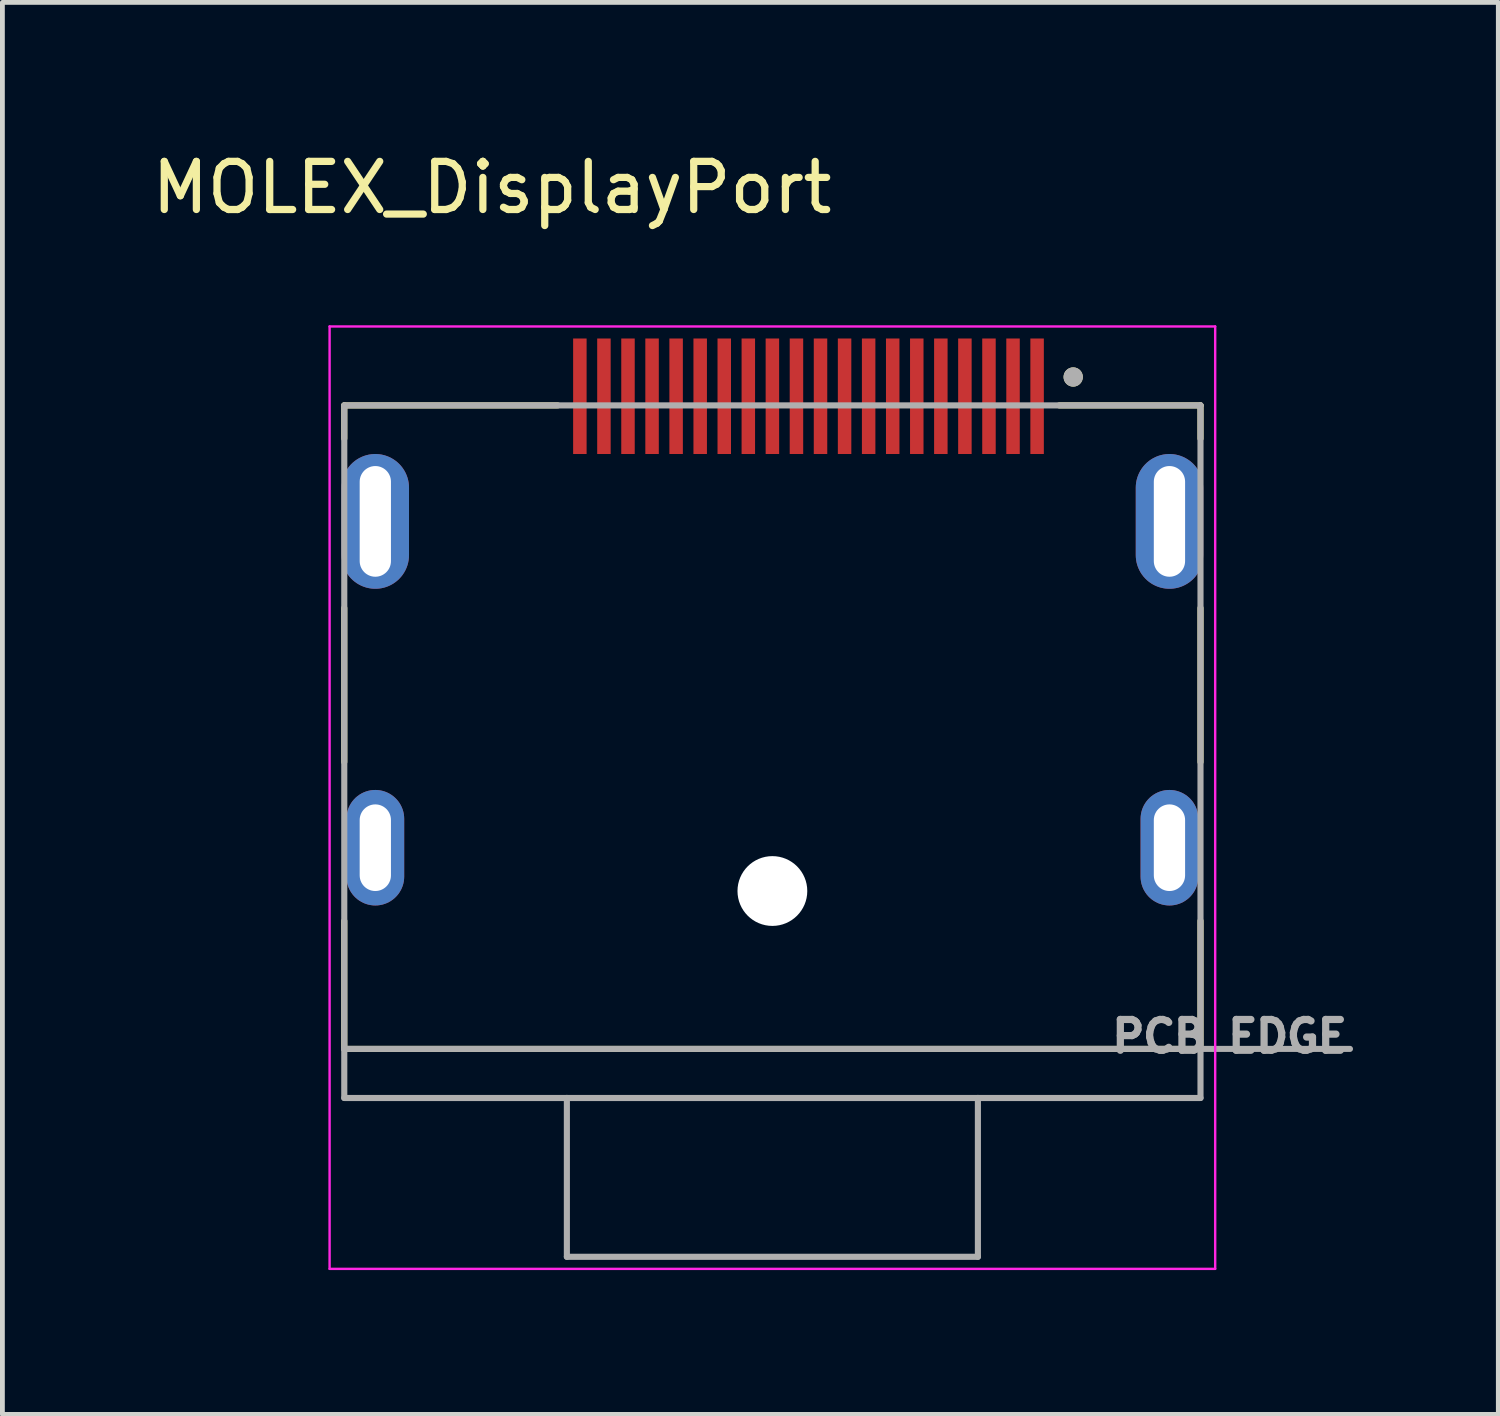
<source format=kicad_pcb>
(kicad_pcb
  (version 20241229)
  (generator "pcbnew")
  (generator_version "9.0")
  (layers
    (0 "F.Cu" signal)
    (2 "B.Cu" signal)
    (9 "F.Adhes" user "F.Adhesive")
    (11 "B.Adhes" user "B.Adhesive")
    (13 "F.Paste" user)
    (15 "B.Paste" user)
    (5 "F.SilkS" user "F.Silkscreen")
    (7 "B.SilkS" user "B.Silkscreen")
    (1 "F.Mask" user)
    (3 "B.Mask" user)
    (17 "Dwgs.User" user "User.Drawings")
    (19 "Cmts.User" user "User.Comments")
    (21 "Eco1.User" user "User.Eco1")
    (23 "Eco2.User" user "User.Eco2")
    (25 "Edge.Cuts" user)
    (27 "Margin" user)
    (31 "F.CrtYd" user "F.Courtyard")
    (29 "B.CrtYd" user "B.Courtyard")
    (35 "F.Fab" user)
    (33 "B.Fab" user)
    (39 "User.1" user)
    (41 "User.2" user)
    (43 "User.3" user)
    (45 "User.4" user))
  (footprint "MOLEX_DisplayPort"
    (layer "F.Cu")
    (at 12.998 7.783)
    (property "Reference" "MOLEX_DisplayPort" (at -5.825 -6.935 0) (layer "F.SilkS") (effects (font (size 1 1) (thickness 0.15))))
    (attr smd)
    (fp_line (start -8.895 -2.41) (end -8.895 -1.72) (stroke (width 0.127) (type solid)) (layer "F.SilkS"))
    (fp_line (start -8.895 1.8) (end -8.895 5) (stroke (width 0.127) (type solid)) (layer "F.SilkS"))
    (fp_line (start -8.895 8.3) (end -8.895 10.96) (stroke (width 0.127) (type solid)) (layer "F.SilkS"))
    (fp_line (start -8.895 10.96) (end 8.895 10.96) (stroke (width 0.127) (type solid)) (layer "F.SilkS"))
    (fp_line (start -4.46 -2.41) (end -8.895 -2.41) (stroke (width 0.127) (type solid)) (layer "F.SilkS"))
    (fp_line (start 5.96 -2.41) (end 8.895 -2.41) (stroke (width 0.127) (type solid)) (layer "F.SilkS"))
    (fp_line (start 8.895 -2.41) (end 8.895 -1.72) (stroke (width 0.127) (type solid)) (layer "F.SilkS"))
    (fp_line (start 8.895 1.8) (end 8.895 5) (stroke (width 0.127) (type solid)) (layer "F.SilkS"))
    (fp_line (start 8.895 10.96) (end 8.895 8.3) (stroke (width 0.127) (type solid)) (layer "F.SilkS"))
    (fp_circle (center 6.25 -3) (end 6.35 -3) (stroke (width 0.2) (type solid)) (fill no) (layer "F.SilkS"))
    (fp_line (start -9.2 -4.05) (end 9.2 -4.05) (stroke (width 0.05) (type solid)) (layer "F.CrtYd"))
    (fp_line (start -9.2 15.53) (end -9.2 -4.05) (stroke (width 0.05) (type solid)) (layer "F.CrtYd"))
    (fp_line (start 9.2 -4.05) (end 9.2 15.53) (stroke (width 0.05) (type solid)) (layer "F.CrtYd"))
    (fp_line (start 9.2 15.53) (end -9.2 15.53) (stroke (width 0.05) (type solid)) (layer "F.CrtYd"))
    (fp_line (start -8.895 -2.41) (end 8.895 -2.41) (stroke (width 0.127) (type solid)) (layer "F.Fab"))
    (fp_line (start -8.895 10.96) (end -8.895 -2.41) (stroke (width 0.127) (type solid)) (layer "F.Fab"))
    (fp_line (start -8.895 10.96) (end 12 10.96) (stroke (width 0.127) (type solid)) (layer "F.Fab"))
    (fp_line (start -8.895 11.98) (end -8.895 10.96) (stroke (width 0.127) (type solid)) (layer "F.Fab"))
    (fp_line (start -4.27 11.98) (end -8.895 11.98) (stroke (width 0.127) (type solid)) (layer "F.Fab"))
    (fp_line (start -4.27 11.98) (end -4.27 15.28) (stroke (width 0.127) (type solid)) (layer "F.Fab"))
    (fp_line (start -4.27 15.28) (end 4.27 15.28) (stroke (width 0.127) (type solid)) (layer "F.Fab"))
    (fp_line (start 4.27 11.98) (end -4.27 11.98) (stroke (width 0.127) (type solid)) (layer "F.Fab"))
    (fp_line (start 4.27 15.28) (end 4.27 11.98) (stroke (width 0.127) (type solid)) (layer "F.Fab"))
    (fp_line (start 8.895 -2.41) (end 8.895 11.98) (stroke (width 0.127) (type solid)) (layer "F.Fab"))
    (fp_line (start 8.895 11.98) (end 4.27 11.98) (stroke (width 0.127) (type solid)) (layer "F.Fab"))
    (fp_circle (center 6.25 -3) (end 6.35 -3) (stroke (width 0.2) (type solid)) (fill no) (layer "F.Fab"))
    (fp_text user "PCB EDGE" (at 9.5 10.7 0) (layer "F.Fab") (effects (font (size 0.64 0.64) (thickness 0.15))))
    (pad "" np_thru_hole circle (at 0 7.68) (size 1.45 1.45) (drill 1.45) (layers "*.Cu" "*.Mask"))
    (pad "1" smd rect (at 5.5 -2.6) (size 0.28 2.4) (layers "F.Cu" "F.Mask" "F.Paste"))
    (pad "2" smd rect (at 5 -2.6) (size 0.28 2.4) (layers "F.Cu" "F.Mask" "F.Paste"))
    (pad "3" smd rect (at 4.5 -2.6) (size 0.28 2.4) (layers "F.Cu" "F.Mask" "F.Paste"))
    (pad "4" smd rect (at 4 -2.6) (size 0.28 2.4) (layers "F.Cu" "F.Mask" "F.Paste"))
    (pad "5" smd rect (at 3.5 -2.6) (size 0.28 2.4) (layers "F.Cu" "F.Mask" "F.Paste"))
    (pad "6" smd rect (at 3 -2.6) (size 0.28 2.4) (layers "F.Cu" "F.Mask" "F.Paste"))
    (pad "7" smd rect (at 2.5 -2.6) (size 0.28 2.4) (layers "F.Cu" "F.Mask" "F.Paste"))
    (pad "8" smd rect (at 2 -2.6) (size 0.28 2.4) (layers "F.Cu" "F.Mask" "F.Paste"))
    (pad "9" smd rect (at 1.5 -2.6) (size 0.28 2.4) (layers "F.Cu" "F.Mask" "F.Paste"))
    (pad "10" smd rect (at 1 -2.6) (size 0.28 2.4) (layers "F.Cu" "F.Mask" "F.Paste"))
    (pad "11" smd rect (at 0.5 -2.6) (size 0.28 2.4) (layers "F.Cu" "F.Mask" "F.Paste"))
    (pad "12" smd rect (at 0 -2.6) (size 0.28 2.4) (layers "F.Cu" "F.Mask" "F.Paste"))
    (pad "13" smd rect (at -0.5 -2.6) (size 0.28 2.4) (layers "F.Cu" "F.Mask" "F.Paste"))
    (pad "14" smd rect (at -1 -2.6) (size 0.28 2.4) (layers "F.Cu" "F.Mask" "F.Paste"))
    (pad "15" smd rect (at -1.5 -2.6) (size 0.28 2.4) (layers "F.Cu" "F.Mask" "F.Paste"))
    (pad "16" smd rect (at -2 -2.6) (size 0.28 2.4) (layers "F.Cu" "F.Mask" "F.Paste"))
    (pad "17" smd rect (at -2.5 -2.6) (size 0.28 2.4) (layers "F.Cu" "F.Mask" "F.Paste"))
    (pad "18" smd rect (at -3 -2.6) (size 0.28 2.4) (layers "F.Cu" "F.Mask" "F.Paste"))
    (pad "19" smd rect (at -3.5 -2.6) (size 0.28 2.4) (layers "F.Cu" "F.Mask" "F.Paste"))
    (pad "20" smd rect (at -4 -2.6) (size 0.28 2.4) (layers "F.Cu" "F.Mask" "F.Paste"))
    (pad "S1" thru_hole oval (at -8.25 0) (size 1.4 2.8) (drill oval 0.65 2.3) (layers "*.Cu" "*.Mask"))
    (pad "S2" thru_hole oval (at 8.25 0) (size 1.4 2.8) (drill oval 0.65 2.3) (layers "*.Cu" "*.Mask"))
    (pad "S3" thru_hole oval (at -8.25 6.78) (size 1.2 2.4) (drill oval 0.65 1.8) (layers "*.Cu" "*.Mask"))
    (pad "S4" thru_hole oval (at 8.25 6.78) (size 1.2 2.4) (drill oval 0.65 1.8) (layers "*.Cu" "*.Mask")))
  (gr_rect
    (start -3 -3)
    (end 28.081 26.338)
    (stroke (width 0.1) (type default))
    (fill no)
    (layer "Edge.Cuts")))
</source>
